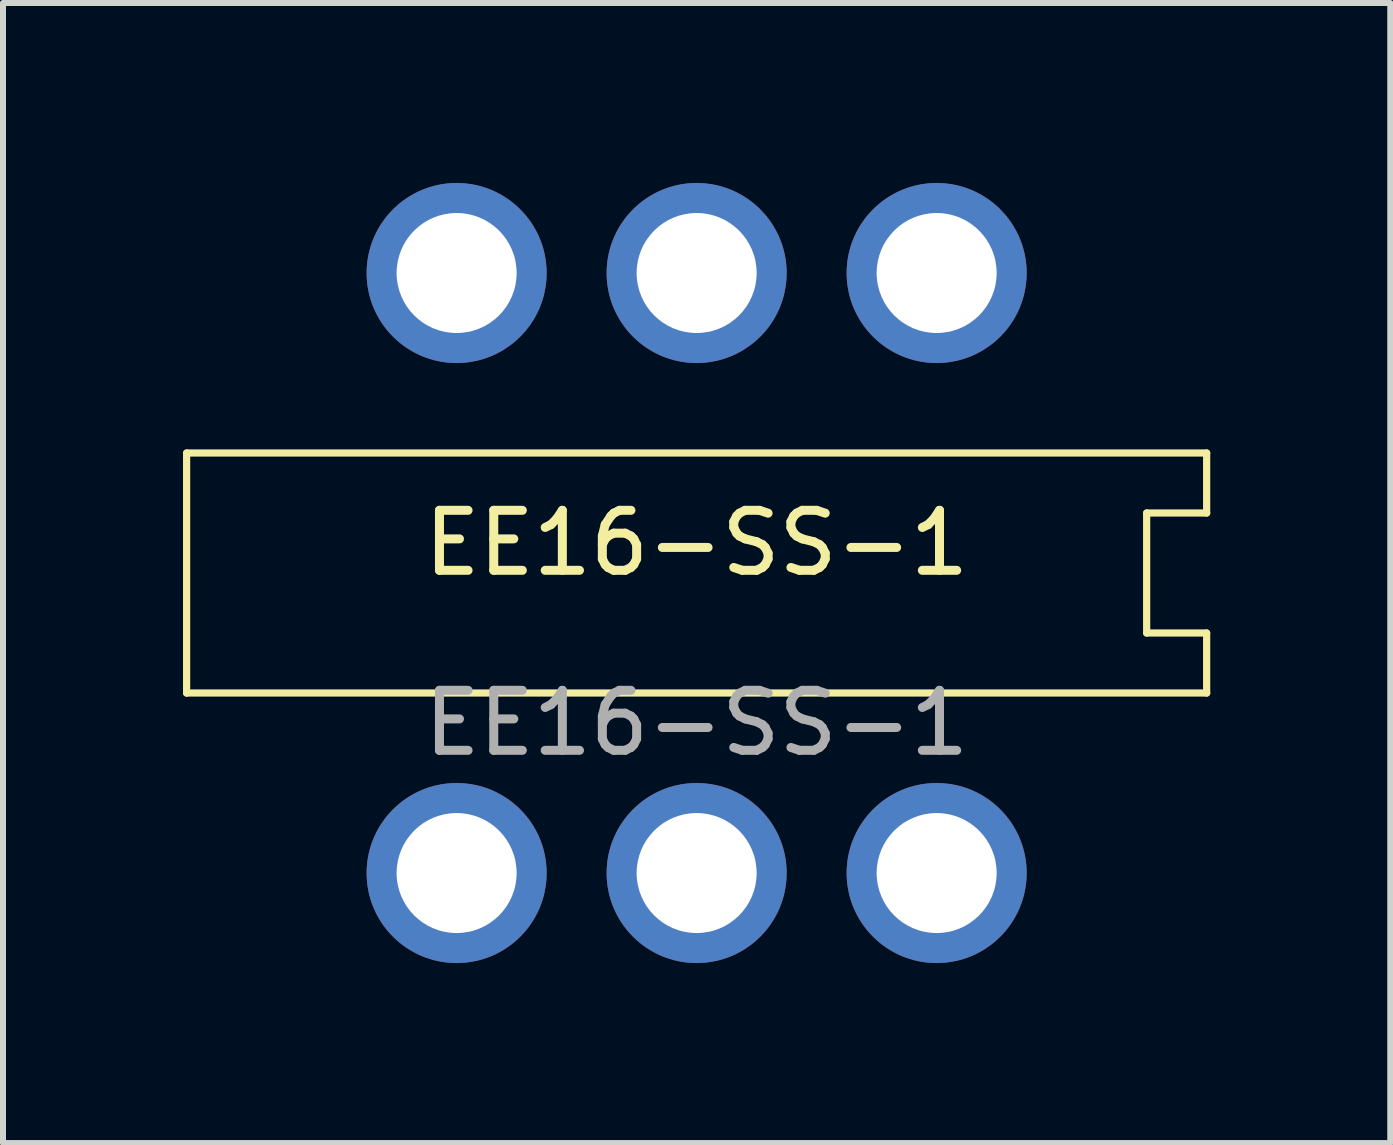
<source format=kicad_pcb>
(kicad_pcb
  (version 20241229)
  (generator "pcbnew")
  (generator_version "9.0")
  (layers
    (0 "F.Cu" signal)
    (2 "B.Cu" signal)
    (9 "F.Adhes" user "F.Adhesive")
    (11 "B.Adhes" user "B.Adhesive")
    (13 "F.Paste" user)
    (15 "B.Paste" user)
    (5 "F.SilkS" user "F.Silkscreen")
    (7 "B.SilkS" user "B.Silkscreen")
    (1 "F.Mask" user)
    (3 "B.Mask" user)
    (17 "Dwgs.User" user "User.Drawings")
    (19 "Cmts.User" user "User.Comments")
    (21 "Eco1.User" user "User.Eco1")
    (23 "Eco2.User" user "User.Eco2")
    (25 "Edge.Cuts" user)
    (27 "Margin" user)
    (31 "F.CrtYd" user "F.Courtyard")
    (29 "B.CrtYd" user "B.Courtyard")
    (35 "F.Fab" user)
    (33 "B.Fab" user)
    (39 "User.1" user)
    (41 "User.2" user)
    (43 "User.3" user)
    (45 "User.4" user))
  (footprint "EE16-SS-1"
    (layer "F.Cu")
    (at 8.56 6.5)
    (property "Reference" "EE16-SS-1" (at 0 -0.5 0) (unlocked yes) (layer "F.SilkS") (effects (font (size 1 1) (thickness 0.15))))
    (attr through_hole)
    (fp_line (start -8.5 -2) (end 8.5 -2) (stroke (width 0.12) (type solid)) (layer "F.SilkS"))
    (fp_line (start -8.5 2) (end -8.5 -2) (stroke (width 0.12) (type solid)) (layer "F.SilkS"))
    (fp_line (start 7.5 -1) (end 7.5 1) (stroke (width 0.12) (type solid)) (layer "F.SilkS"))
    (fp_line (start 8.5 -2) (end 8.5 -1) (stroke (width 0.12) (type solid)) (layer "F.SilkS"))
    (fp_line (start 8.5 -1) (end 7.5 -1) (stroke (width 0.12) (type solid)) (layer "F.SilkS"))
    (fp_line (start 8.5 1) (end 7.5 1) (stroke (width 0.12) (type solid)) (layer "F.SilkS"))
    (fp_line (start 8.5 2) (end -8.5 2) (stroke (width 0.12) (type solid)) (layer "F.SilkS"))
    (fp_line (start 8.5 2) (end 8.5 1) (stroke (width 0.12) (type solid)) (layer "F.SilkS"))
    (fp_text user "${REFERENCE}" (at 0 2.5 0) (unlocked yes) (layer "F.Fab") (effects (font (size 1 1) (thickness 0.15))))
    (pad "1" thru_hole circle (at -4 -5) (size 3 3) (drill 2) (layers "*.Cu" "*.Mask"))
    (pad "1" thru_hole circle (at 0 -5) (size 3 3) (drill 2) (layers "*.Cu" "*.Mask"))
    (pad "1" thru_hole circle (at 4 -5) (size 3 3) (drill 2) (layers "*.Cu" "*.Mask"))
    (pad "2" thru_hole circle (at -4 5) (size 3 3) (drill 2) (layers "*.Cu" "*.Mask"))
    (pad "2" thru_hole circle (at 0 5) (size 3 3) (drill 2) (layers "*.Cu" "*.Mask"))
    (pad "2" thru_hole circle (at 4 5) (size 3 3) (drill 2) (layers "*.Cu" "*.Mask")))
  (gr_rect
    (start -3 -3)
    (end 20.12 16)
    (stroke (width 0.1) (type default))
    (fill no)
    (layer "Edge.Cuts")))
</source>
